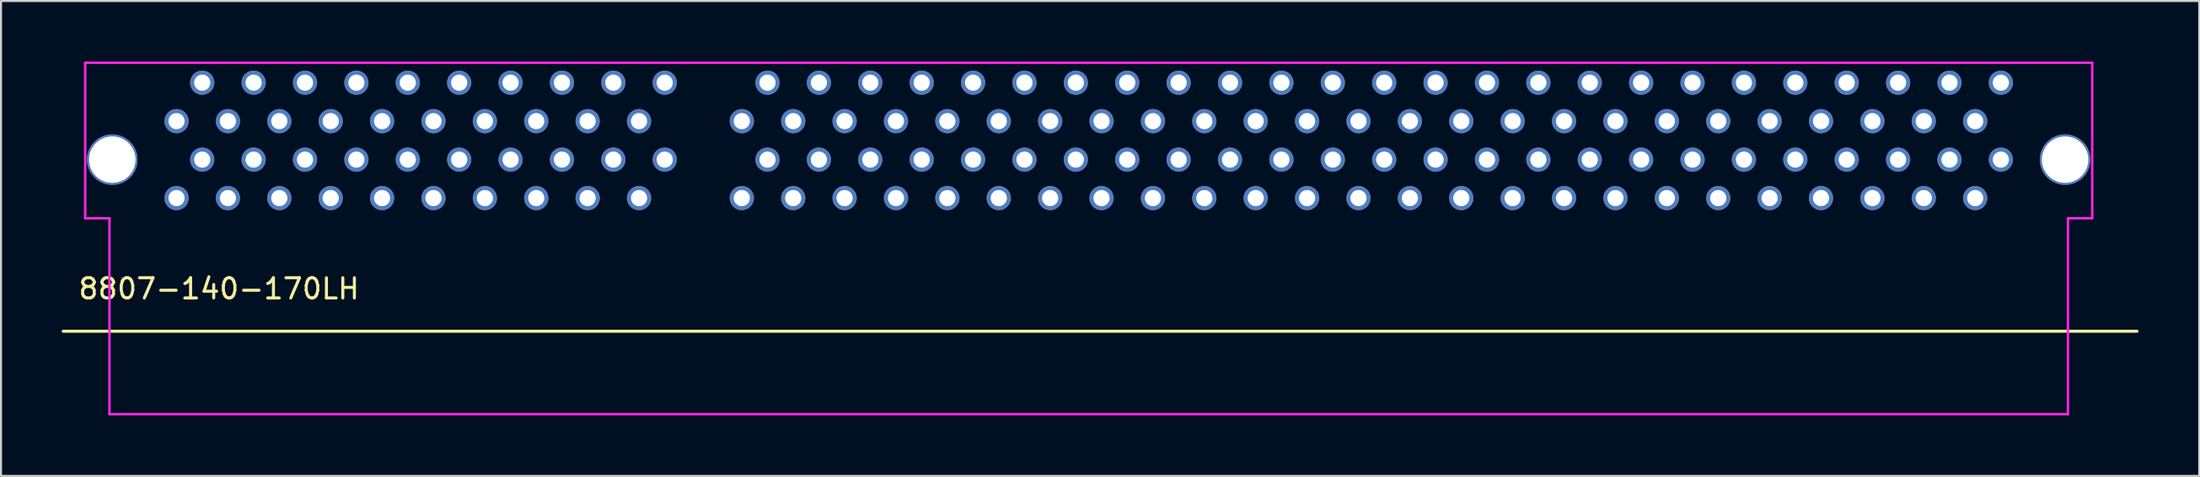
<source format=kicad_pcb>
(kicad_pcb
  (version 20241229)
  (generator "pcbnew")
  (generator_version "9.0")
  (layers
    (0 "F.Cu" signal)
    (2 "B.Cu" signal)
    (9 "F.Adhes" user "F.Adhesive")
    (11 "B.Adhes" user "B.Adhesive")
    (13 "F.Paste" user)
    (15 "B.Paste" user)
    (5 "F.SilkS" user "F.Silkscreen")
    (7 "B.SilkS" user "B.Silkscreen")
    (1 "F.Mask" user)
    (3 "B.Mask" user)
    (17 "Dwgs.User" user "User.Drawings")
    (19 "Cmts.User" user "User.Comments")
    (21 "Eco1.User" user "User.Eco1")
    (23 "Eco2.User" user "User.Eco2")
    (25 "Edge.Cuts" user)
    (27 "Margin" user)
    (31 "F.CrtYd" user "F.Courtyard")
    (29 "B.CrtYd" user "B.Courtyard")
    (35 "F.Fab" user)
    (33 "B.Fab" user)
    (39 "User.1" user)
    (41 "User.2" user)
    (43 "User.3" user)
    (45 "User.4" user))
  (footprint "8807-140-170LH"
    (layer "F.Cu")
    (at 5.675 2.95)
    (property "Reference" "8807-140-170LH" (at 2.1 8.3 0) (layer "F.SilkS") (effects (font (size 1 1) (thickness 0.15))))
    (attr through_hole)
    (fp_line (start -5.6 10.405) (end 96.9 10.405) (stroke (width 0.15) (type solid)) (layer "F.SilkS"))
    (fp_line (start -4.515 -2.89) (end -4.515 4.81) (stroke (width 0.12) (type solid)) (layer "F.CrtYd"))
    (fp_line (start -4.515 4.81) (end -3.315 4.81) (stroke (width 0.12) (type solid)) (layer "F.CrtYd"))
    (fp_line (start -3.315 4.81) (end -3.315 14.51) (stroke (width 0.12) (type solid)) (layer "F.CrtYd"))
    (fp_line (start 93.485 4.81) (end 93.485 14.51) (stroke (width 0.12) (type solid)) (layer "F.CrtYd"))
    (fp_line (start 93.485 4.81) (end 94.685 4.81) (stroke (width 0.12) (type solid)) (layer "F.CrtYd"))
    (fp_line (start 93.485 14.51) (end -3.315 14.51) (stroke (width 0.12) (type solid)) (layer "F.CrtYd"))
    (fp_line (start 94.685 -2.89) (end -4.515 -2.89) (stroke (width 0.12) (type solid)) (layer "F.CrtYd"))
    (fp_line (start 94.685 -2.89) (end 94.685 4.81) (stroke (width 0.12) (type solid)) (layer "F.CrtYd"))
    (pad "1" thru_hole circle (at 0 0) (size 1.2 1.2) (drill 0.8) (layers "*.Cu" "*.Mask"))
    (pad "2" thru_hole circle (at 1.27 -1.905) (size 1.2 1.2) (drill 0.8) (layers "*.Cu" "*.Mask"))
    (pad "3" thru_hole circle (at 2.54 0) (size 1.2 1.2) (drill 0.8) (layers "*.Cu" "*.Mask"))
    (pad "4" thru_hole circle (at 3.81 -1.905) (size 1.2 1.2) (drill 0.8) (layers "*.Cu" "*.Mask"))
    (pad "5" thru_hole circle (at 5.08 0) (size 1.2 1.2) (drill 0.8) (layers "*.Cu" "*.Mask"))
    (pad "6" thru_hole circle (at 6.35 -1.905) (size 1.2 1.2) (drill 0.8) (layers "*.Cu" "*.Mask"))
    (pad "7" thru_hole circle (at 7.62 0) (size 1.2 1.2) (drill 0.8) (layers "*.Cu" "*.Mask"))
    (pad "8" thru_hole circle (at 8.89 -1.905) (size 1.2 1.2) (drill 0.8) (layers "*.Cu" "*.Mask"))
    (pad "9" thru_hole circle (at 10.16 0) (size 1.2 1.2) (drill 0.8) (layers "*.Cu" "*.Mask"))
    (pad "10" thru_hole circle (at 11.43 -1.905) (size 1.2 1.2) (drill 0.8) (layers "*.Cu" "*.Mask"))
    (pad "11" thru_hole circle (at 12.7 0) (size 1.2 1.2) (drill 0.8) (layers "*.Cu" "*.Mask"))
    (pad "12" thru_hole circle (at 13.97 -1.905) (size 1.2 1.2) (drill 0.8) (layers "*.Cu" "*.Mask"))
    (pad "13" thru_hole circle (at 15.24 0) (size 1.2 1.2) (drill 0.8) (layers "*.Cu" "*.Mask"))
    (pad "14" thru_hole circle (at 16.51 -1.905) (size 1.2 1.2) (drill 0.8) (layers "*.Cu" "*.Mask"))
    (pad "15" thru_hole circle (at 17.78 0) (size 1.2 1.2) (drill 0.8) (layers "*.Cu" "*.Mask"))
    (pad "16" thru_hole circle (at 19.05 -1.905) (size 1.2 1.2) (drill 0.8) (layers "*.Cu" "*.Mask"))
    (pad "17" thru_hole circle (at 20.32 0) (size 1.2 1.2) (drill 0.8) (layers "*.Cu" "*.Mask"))
    (pad "18" thru_hole circle (at 21.59 -1.905) (size 1.2 1.2) (drill 0.8) (layers "*.Cu" "*.Mask"))
    (pad "19" thru_hole circle (at 22.86 0) (size 1.2 1.2) (drill 0.8) (layers "*.Cu" "*.Mask"))
    (pad "20" thru_hole circle (at 24.13 -1.905) (size 1.2 1.2) (drill 0.8) (layers "*.Cu" "*.Mask"))
    (pad "21" thru_hole circle (at 27.94 0) (size 1.2 1.2) (drill 0.8) (layers "*.Cu" "*.Mask"))
    (pad "22" thru_hole circle (at 29.21 -1.905) (size 1.2 1.2) (drill 0.8) (layers "*.Cu" "*.Mask"))
    (pad "23" thru_hole circle (at 30.48 0) (size 1.2 1.2) (drill 0.8) (layers "*.Cu" "*.Mask"))
    (pad "24" thru_hole circle (at 31.75 -1.905) (size 1.2 1.2) (drill 0.8) (layers "*.Cu" "*.Mask"))
    (pad "25" thru_hole circle (at 33.02 0) (size 1.2 1.2) (drill 0.8) (layers "*.Cu" "*.Mask"))
    (pad "26" thru_hole circle (at 34.29 -1.905) (size 1.2 1.2) (drill 0.8) (layers "*.Cu" "*.Mask"))
    (pad "27" thru_hole circle (at 35.56 0) (size 1.2 1.2) (drill 0.8) (layers "*.Cu" "*.Mask"))
    (pad "28" thru_hole circle (at 36.83 -1.905) (size 1.2 1.2) (drill 0.8) (layers "*.Cu" "*.Mask"))
    (pad "29" thru_hole circle (at 38.1 0) (size 1.2 1.2) (drill 0.8) (layers "*.Cu" "*.Mask"))
    (pad "30" thru_hole circle (at 39.37 -1.905) (size 1.2 1.2) (drill 0.8) (layers "*.Cu" "*.Mask"))
    (pad "31" thru_hole circle (at 40.64 0) (size 1.2 1.2) (drill 0.8) (layers "*.Cu" "*.Mask"))
    (pad "32" thru_hole circle (at 41.91 -1.905) (size 1.2 1.2) (drill 0.8) (layers "*.Cu" "*.Mask"))
    (pad "33" thru_hole circle (at 43.18 0) (size 1.2 1.2) (drill 0.8) (layers "*.Cu" "*.Mask"))
    (pad "34" thru_hole circle (at 44.45 -1.905) (size 1.2 1.2) (drill 0.8) (layers "*.Cu" "*.Mask"))
    (pad "35" thru_hole circle (at 45.72 0) (size 1.2 1.2) (drill 0.8) (layers "*.Cu" "*.Mask"))
    (pad "36" thru_hole circle (at 46.99 -1.905) (size 1.2 1.2) (drill 0.8) (layers "*.Cu" "*.Mask"))
    (pad "37" thru_hole circle (at 48.26 0) (size 1.2 1.2) (drill 0.8) (layers "*.Cu" "*.Mask"))
    (pad "38" thru_hole circle (at 49.53 -1.905) (size 1.2 1.2) (drill 0.8) (layers "*.Cu" "*.Mask"))
    (pad "39" thru_hole circle (at 50.8 0) (size 1.2 1.2) (drill 0.8) (layers "*.Cu" "*.Mask"))
    (pad "40" thru_hole circle (at 52.07 -1.905) (size 1.2 1.2) (drill 0.8) (layers "*.Cu" "*.Mask"))
    (pad "41" thru_hole circle (at 53.34 0) (size 1.2 1.2) (drill 0.8) (layers "*.Cu" "*.Mask"))
    (pad "42" thru_hole circle (at 54.61 -1.905) (size 1.2 1.2) (drill 0.8) (layers "*.Cu" "*.Mask"))
    (pad "43" thru_hole circle (at 55.88 0) (size 1.2 1.2) (drill 0.8) (layers "*.Cu" "*.Mask"))
    (pad "44" thru_hole circle (at 57.15 -1.905) (size 1.2 1.2) (drill 0.8) (layers "*.Cu" "*.Mask"))
    (pad "45" thru_hole circle (at 58.42 0) (size 1.2 1.2) (drill 0.8) (layers "*.Cu" "*.Mask"))
    (pad "46" thru_hole circle (at 59.69 -1.905) (size 1.2 1.2) (drill 0.8) (layers "*.Cu" "*.Mask"))
    (pad "47" thru_hole circle (at 60.96 0) (size 1.2 1.2) (drill 0.8) (layers "*.Cu" "*.Mask"))
    (pad "48" thru_hole circle (at 62.23 -1.905) (size 1.2 1.2) (drill 0.8) (layers "*.Cu" "*.Mask"))
    (pad "49" thru_hole circle (at 63.5 0) (size 1.2 1.2) (drill 0.8) (layers "*.Cu" "*.Mask"))
    (pad "50" thru_hole circle (at 64.77 -1.905) (size 1.2 1.2) (drill 0.8) (layers "*.Cu" "*.Mask"))
    (pad "51" thru_hole circle (at 66.04 0) (size 1.2 1.2) (drill 0.8) (layers "*.Cu" "*.Mask"))
    (pad "52" thru_hole circle (at 67.31 -1.905) (size 1.2 1.2) (drill 0.8) (layers "*.Cu" "*.Mask"))
    (pad "53" thru_hole circle (at 68.58 0) (size 1.2 1.2) (drill 0.8) (layers "*.Cu" "*.Mask"))
    (pad "54" thru_hole circle (at 69.85 -1.905) (size 1.2 1.2) (drill 0.8) (layers "*.Cu" "*.Mask"))
    (pad "55" thru_hole circle (at 71.12 0) (size 1.2 1.2) (drill 0.8) (layers "*.Cu" "*.Mask"))
    (pad "56" thru_hole circle (at 72.39 -1.905) (size 1.2 1.2) (drill 0.8) (layers "*.Cu" "*.Mask"))
    (pad "57" thru_hole circle (at 73.66 0) (size 1.2 1.2) (drill 0.8) (layers "*.Cu" "*.Mask"))
    (pad "58" thru_hole circle (at 74.93 -1.905) (size 1.2 1.2) (drill 0.8) (layers "*.Cu" "*.Mask"))
    (pad "59" thru_hole circle (at 76.2 0) (size 1.2 1.2) (drill 0.8) (layers "*.Cu" "*.Mask"))
    (pad "60" thru_hole circle (at 77.47 -1.905) (size 1.2 1.2) (drill 0.8) (layers "*.Cu" "*.Mask"))
    (pad "61" thru_hole circle (at 78.74 0) (size 1.2 1.2) (drill 0.8) (layers "*.Cu" "*.Mask"))
    (pad "62" thru_hole circle (at 80.01 -1.905) (size 1.2 1.2) (drill 0.8) (layers "*.Cu" "*.Mask"))
    (pad "63" thru_hole circle (at 81.28 0) (size 1.2 1.2) (drill 0.8) (layers "*.Cu" "*.Mask"))
    (pad "64" thru_hole circle (at 82.55 -1.905) (size 1.2 1.2) (drill 0.8) (layers "*.Cu" "*.Mask"))
    (pad "65" thru_hole circle (at 83.82 0) (size 1.2 1.2) (drill 0.8) (layers "*.Cu" "*.Mask"))
    (pad "66" thru_hole circle (at 85.09 -1.905) (size 1.2 1.2) (drill 0.8) (layers "*.Cu" "*.Mask"))
    (pad "67" thru_hole circle (at 86.36 0) (size 1.2 1.2) (drill 0.8) (layers "*.Cu" "*.Mask"))
    (pad "68" thru_hole circle (at 87.63 -1.905) (size 1.2 1.2) (drill 0.8) (layers "*.Cu" "*.Mask"))
    (pad "69" thru_hole circle (at 88.9 0) (size 1.2 1.2) (drill 0.8) (layers "*.Cu" "*.Mask"))
    (pad "70" thru_hole circle (at 90.17 -1.905) (size 1.2 1.2) (drill 0.8) (layers "*.Cu" "*.Mask"))
    (pad "71" thru_hole circle (at 0 3.81) (size 1.2 1.2) (drill 0.8) (layers "*.Cu" "*.Mask"))
    (pad "72" thru_hole circle (at 1.27 1.905) (size 1.2 1.2) (drill 0.8) (layers "*.Cu" "*.Mask"))
    (pad "73" thru_hole circle (at 2.54 3.81) (size 1.2 1.2) (drill 0.8) (layers "*.Cu" "*.Mask"))
    (pad "74" thru_hole circle (at 3.81 1.905) (size 1.2 1.2) (drill 0.8) (layers "*.Cu" "*.Mask"))
    (pad "75" thru_hole circle (at 5.08 3.81) (size 1.2 1.2) (drill 0.8) (layers "*.Cu" "*.Mask"))
    (pad "76" thru_hole circle (at 6.35 1.905) (size 1.2 1.2) (drill 0.8) (layers "*.Cu" "*.Mask"))
    (pad "77" thru_hole circle (at 7.62 3.81) (size 1.2 1.2) (drill 0.8) (layers "*.Cu" "*.Mask"))
    (pad "78" thru_hole circle (at 8.89 1.905) (size 1.2 1.2) (drill 0.8) (layers "*.Cu" "*.Mask"))
    (pad "79" thru_hole circle (at 10.16 3.81) (size 1.2 1.2) (drill 0.8) (layers "*.Cu" "*.Mask"))
    (pad "80" thru_hole circle (at 11.43 1.905) (size 1.2 1.2) (drill 0.8) (layers "*.Cu" "*.Mask"))
    (pad "81" thru_hole circle (at 12.7 3.81) (size 1.2 1.2) (drill 0.8) (layers "*.Cu" "*.Mask"))
    (pad "82" thru_hole circle (at 13.97 1.905) (size 1.2 1.2) (drill 0.8) (layers "*.Cu" "*.Mask"))
    (pad "83" thru_hole circle (at 15.24 3.81) (size 1.2 1.2) (drill 0.8) (layers "*.Cu" "*.Mask"))
    (pad "84" thru_hole circle (at 16.51 1.905) (size 1.2 1.2) (drill 0.8) (layers "*.Cu" "*.Mask"))
    (pad "85" thru_hole circle (at 17.78 3.81) (size 1.2 1.2) (drill 0.8) (layers "*.Cu" "*.Mask"))
    (pad "86" thru_hole circle (at 19.05 1.905) (size 1.2 1.2) (drill 0.8) (layers "*.Cu" "*.Mask"))
    (pad "87" thru_hole circle (at 20.32 3.81) (size 1.2 1.2) (drill 0.8) (layers "*.Cu" "*.Mask"))
    (pad "88" thru_hole circle (at 21.59 1.905) (size 1.2 1.2) (drill 0.8) (layers "*.Cu" "*.Mask"))
    (pad "89" thru_hole circle (at 22.86 3.81) (size 1.2 1.2) (drill 0.8) (layers "*.Cu" "*.Mask"))
    (pad "90" thru_hole circle (at 24.13 1.905) (size 1.2 1.2) (drill 0.8) (layers "*.Cu" "*.Mask"))
    (pad "91" thru_hole circle (at 27.94 3.81) (size 1.2 1.2) (drill 0.8) (layers "*.Cu" "*.Mask"))
    (pad "92" thru_hole circle (at 29.21 1.905) (size 1.2 1.2) (drill 0.8) (layers "*.Cu" "*.Mask"))
    (pad "93" thru_hole circle (at 30.48 3.81) (size 1.2 1.2) (drill 0.8) (layers "*.Cu" "*.Mask"))
    (pad "94" thru_hole circle (at 31.75 1.905) (size 1.2 1.2) (drill 0.8) (layers "*.Cu" "*.Mask"))
    (pad "95" thru_hole circle (at 33.02 3.81) (size 1.2 1.2) (drill 0.8) (layers "*.Cu" "*.Mask"))
    (pad "96" thru_hole circle (at 34.29 1.905) (size 1.2 1.2) (drill 0.8) (layers "*.Cu" "*.Mask"))
    (pad "97" thru_hole circle (at 35.56 3.81) (size 1.2 1.2) (drill 0.8) (layers "*.Cu" "*.Mask"))
    (pad "98" thru_hole circle (at 36.83 1.905) (size 1.2 1.2) (drill 0.8) (layers "*.Cu" "*.Mask"))
    (pad "99" thru_hole circle (at 38.1 3.81) (size 1.2 1.2) (drill 0.8) (layers "*.Cu" "*.Mask"))
    (pad "100" thru_hole circle (at 39.37 1.905) (size 1.2 1.2) (drill 0.8) (layers "*.Cu" "*.Mask"))
    (pad "101" thru_hole circle (at 40.64 3.81) (size 1.2 1.2) (drill 0.8) (layers "*.Cu" "*.Mask"))
    (pad "102" thru_hole circle (at 41.91 1.905) (size 1.2 1.2) (drill 0.8) (layers "*.Cu" "*.Mask"))
    (pad "103" thru_hole circle (at 43.18 3.81) (size 1.2 1.2) (drill 0.8) (layers "*.Cu" "*.Mask"))
    (pad "104" thru_hole circle (at 44.45 1.905) (size 1.2 1.2) (drill 0.8) (layers "*.Cu" "*.Mask"))
    (pad "105" thru_hole circle (at 45.72 3.81) (size 1.2 1.2) (drill 0.8) (layers "*.Cu" "*.Mask"))
    (pad "106" thru_hole circle (at 46.99 1.905) (size 1.2 1.2) (drill 0.8) (layers "*.Cu" "*.Mask"))
    (pad "107" thru_hole circle (at 48.26 3.81) (size 1.2 1.2) (drill 0.8) (layers "*.Cu" "*.Mask"))
    (pad "108" thru_hole circle (at 49.53 1.905) (size 1.2 1.2) (drill 0.8) (layers "*.Cu" "*.Mask"))
    (pad "109" thru_hole circle (at 50.8 3.81) (size 1.2 1.2) (drill 0.8) (layers "*.Cu" "*.Mask"))
    (pad "110" thru_hole circle (at 52.07 1.905) (size 1.2 1.2) (drill 0.8) (layers "*.Cu" "*.Mask"))
    (pad "111" thru_hole circle (at 53.34 3.81) (size 1.2 1.2) (drill 0.8) (layers "*.Cu" "*.Mask"))
    (pad "112" thru_hole circle (at 54.61 1.905) (size 1.2 1.2) (drill 0.8) (layers "*.Cu" "*.Mask"))
    (pad "113" thru_hole circle (at 55.88 3.81) (size 1.2 1.2) (drill 0.8) (layers "*.Cu" "*.Mask"))
    (pad "114" thru_hole circle (at 57.15 1.905) (size 1.2 1.2) (drill 0.8) (layers "*.Cu" "*.Mask"))
    (pad "115" thru_hole circle (at 58.42 3.81) (size 1.2 1.2) (drill 0.8) (layers "*.Cu" "*.Mask"))
    (pad "116" thru_hole circle (at 59.69 1.905) (size 1.2 1.2) (drill 0.8) (layers "*.Cu" "*.Mask"))
    (pad "117" thru_hole circle (at 60.96 3.81) (size 1.2 1.2) (drill 0.8) (layers "*.Cu" "*.Mask"))
    (pad "118" thru_hole circle (at 62.23 1.905) (size 1.2 1.2) (drill 0.8) (layers "*.Cu" "*.Mask"))
    (pad "119" thru_hole circle (at 63.5 3.81) (size 1.2 1.2) (drill 0.8) (layers "*.Cu" "*.Mask"))
    (pad "120" thru_hole circle (at 64.77 1.905) (size 1.2 1.2) (drill 0.8) (layers "*.Cu" "*.Mask"))
    (pad "121" thru_hole circle (at 66.04 3.81) (size 1.2 1.2) (drill 0.8) (layers "*.Cu" "*.Mask"))
    (pad "122" thru_hole circle (at 67.31 1.905) (size 1.2 1.2) (drill 0.8) (layers "*.Cu" "*.Mask"))
    (pad "123" thru_hole circle (at 68.58 3.81) (size 1.2 1.2) (drill 0.8) (layers "*.Cu" "*.Mask"))
    (pad "124" thru_hole circle (at 69.85 1.905) (size 1.2 1.2) (drill 0.8) (layers "*.Cu" "*.Mask"))
    (pad "125" thru_hole circle (at 71.12 3.81) (size 1.2 1.2) (drill 0.8) (layers "*.Cu" "*.Mask"))
    (pad "126" thru_hole circle (at 72.39 1.905) (size 1.2 1.2) (drill 0.8) (layers "*.Cu" "*.Mask"))
    (pad "127" thru_hole circle (at 73.66 3.81) (size 1.2 1.2) (drill 0.8) (layers "*.Cu" "*.Mask"))
    (pad "128" thru_hole circle (at 74.93 1.905) (size 1.2 1.2) (drill 0.8) (layers "*.Cu" "*.Mask"))
    (pad "129" thru_hole circle (at 76.2 3.81) (size 1.2 1.2) (drill 0.8) (layers "*.Cu" "*.Mask"))
    (pad "130" thru_hole circle (at 77.47 1.905) (size 1.2 1.2) (drill 0.8) (layers "*.Cu" "*.Mask"))
    (pad "131" thru_hole circle (at 78.74 3.81) (size 1.2 1.2) (drill 0.8) (layers "*.Cu" "*.Mask"))
    (pad "132" thru_hole circle (at 80.01 1.905) (size 1.2 1.2) (drill 0.8) (layers "*.Cu" "*.Mask"))
    (pad "133" thru_hole circle (at 81.28 3.81) (size 1.2 1.2) (drill 0.8) (layers "*.Cu" "*.Mask"))
    (pad "134" thru_hole circle (at 82.55 1.905) (size 1.2 1.2) (drill 0.8) (layers "*.Cu" "*.Mask"))
    (pad "135" thru_hole circle (at 83.82 3.81) (size 1.2 1.2) (drill 0.8) (layers "*.Cu" "*.Mask"))
    (pad "136" thru_hole circle (at 85.09 1.905) (size 1.2 1.2) (drill 0.8) (layers "*.Cu" "*.Mask"))
    (pad "137" thru_hole circle (at 86.36 3.81) (size 1.2 1.2) (drill 0.8) (layers "*.Cu" "*.Mask"))
    (pad "138" thru_hole circle (at 87.63 1.905) (size 1.2 1.2) (drill 0.8) (layers "*.Cu" "*.Mask"))
    (pad "139" thru_hole circle (at 88.9 3.81) (size 1.2 1.2) (drill 0.8) (layers "*.Cu" "*.Mask"))
    (pad "140" thru_hole circle (at 90.17 1.905) (size 1.2 1.2) (drill 0.8) (layers "*.Cu" "*.Mask"))
    (pad "SH" thru_hole circle (at -3.175 1.905) (size 2.5 2.5) (drill 2.3) (layers "*.Cu" "*.Mask"))
    (pad "SH" thru_hole circle (at 93.345 1.905) (size 2.5 2.5) (drill 2.3) (layers "*.Cu" "*.Mask")))
  (gr_rect
    (start -3 -3)
    (end 105.65 20.52)
    (stroke (width 0.1) (type default))
    (fill no)
    (layer "Edge.Cuts")))
</source>
